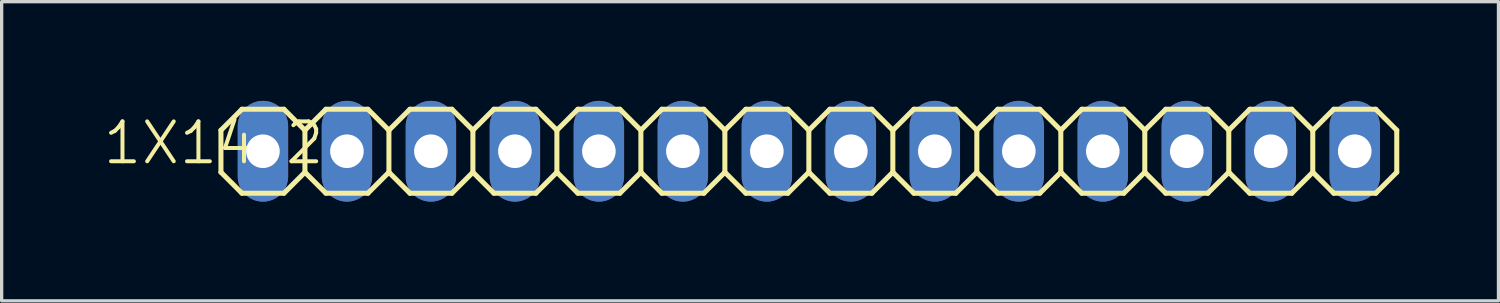
<source format=kicad_pcb>
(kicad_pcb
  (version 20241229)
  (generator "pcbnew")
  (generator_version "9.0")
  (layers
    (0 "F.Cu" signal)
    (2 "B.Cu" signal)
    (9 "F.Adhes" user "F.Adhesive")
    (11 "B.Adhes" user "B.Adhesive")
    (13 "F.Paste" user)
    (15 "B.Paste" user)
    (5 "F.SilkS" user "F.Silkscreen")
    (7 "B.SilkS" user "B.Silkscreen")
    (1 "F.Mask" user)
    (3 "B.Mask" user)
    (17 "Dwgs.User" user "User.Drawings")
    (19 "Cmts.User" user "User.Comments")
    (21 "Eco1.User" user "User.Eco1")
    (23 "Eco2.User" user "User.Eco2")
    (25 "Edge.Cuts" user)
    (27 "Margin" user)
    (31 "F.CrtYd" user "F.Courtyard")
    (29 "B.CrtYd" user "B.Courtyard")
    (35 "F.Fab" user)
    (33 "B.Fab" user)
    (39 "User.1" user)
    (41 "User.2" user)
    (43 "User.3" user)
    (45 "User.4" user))
  (footprint "1X14 2"
    (layer "F.Cu")
    (at 21.412 1.524)
    (property "Reference" "1X14 2" (at -21.412 0.457 0) (layer "F.SilkS") (effects (font (size 1.206 1.206) (thickness 0.121)) (justify left bottom)))
    (attr through_hole)
    (fp_line (start -17.78 -0.635) (end -17.78 0.635) (stroke (width 0.152) (type solid)) (layer "F.SilkS"))
    (fp_line (start -17.78 0.635) (end -17.145 1.27) (stroke (width 0.152) (type solid)) (layer "F.SilkS"))
    (fp_line (start -17.145 -1.27) (end -17.78 -0.635) (stroke (width 0.152) (type solid)) (layer "F.SilkS"))
    (fp_line (start -17.145 -1.27) (end -15.875 -1.27) (stroke (width 0.152) (type solid)) (layer "F.SilkS"))
    (fp_line (start -15.875 -1.27) (end -15.24 -0.635) (stroke (width 0.152) (type solid)) (layer "F.SilkS"))
    (fp_line (start -15.875 1.27) (end -17.145 1.27) (stroke (width 0.152) (type solid)) (layer "F.SilkS"))
    (fp_line (start -15.24 -0.635) (end -15.24 0.635) (stroke (width 0.152) (type solid)) (layer "F.SilkS"))
    (fp_line (start -15.24 -0.635) (end -14.605 -1.27) (stroke (width 0.152) (type solid)) (layer "F.SilkS"))
    (fp_line (start -15.24 0.635) (end -15.875 1.27) (stroke (width 0.152) (type solid)) (layer "F.SilkS"))
    (fp_line (start -14.605 -1.27) (end -13.335 -1.27) (stroke (width 0.152) (type solid)) (layer "F.SilkS"))
    (fp_line (start -14.605 1.27) (end -15.24 0.635) (stroke (width 0.152) (type solid)) (layer "F.SilkS"))
    (fp_line (start -13.335 -1.27) (end -12.7 -0.635) (stroke (width 0.152) (type solid)) (layer "F.SilkS"))
    (fp_line (start -13.335 1.27) (end -14.605 1.27) (stroke (width 0.152) (type solid)) (layer "F.SilkS"))
    (fp_line (start -12.7 -0.635) (end -12.7 0.635) (stroke (width 0.152) (type solid)) (layer "F.SilkS"))
    (fp_line (start -12.7 -0.635) (end -12.065 -1.27) (stroke (width 0.152) (type solid)) (layer "F.SilkS"))
    (fp_line (start -12.7 0.635) (end -13.335 1.27) (stroke (width 0.152) (type solid)) (layer "F.SilkS"))
    (fp_line (start -12.065 -1.27) (end -10.795 -1.27) (stroke (width 0.152) (type solid)) (layer "F.SilkS"))
    (fp_line (start -12.065 1.27) (end -12.7 0.635) (stroke (width 0.152) (type solid)) (layer "F.SilkS"))
    (fp_line (start -10.795 -1.27) (end -10.16 -0.635) (stroke (width 0.152) (type solid)) (layer "F.SilkS"))
    (fp_line (start -10.795 1.27) (end -12.065 1.27) (stroke (width 0.152) (type solid)) (layer "F.SilkS"))
    (fp_line (start -10.16 -0.635) (end -10.16 0.635) (stroke (width 0.152) (type solid)) (layer "F.SilkS"))
    (fp_line (start -10.16 0.635) (end -10.795 1.27) (stroke (width 0.152) (type solid)) (layer "F.SilkS"))
    (fp_line (start -10.16 0.635) (end -9.525 1.27) (stroke (width 0.152) (type solid)) (layer "F.SilkS"))
    (fp_line (start -9.525 -1.27) (end -10.16 -0.635) (stroke (width 0.152) (type solid)) (layer "F.SilkS"))
    (fp_line (start -9.525 -1.27) (end -8.255 -1.27) (stroke (width 0.152) (type solid)) (layer "F.SilkS"))
    (fp_line (start -8.255 -1.27) (end -7.62 -0.635) (stroke (width 0.152) (type solid)) (layer "F.SilkS"))
    (fp_line (start -8.255 1.27) (end -9.525 1.27) (stroke (width 0.152) (type solid)) (layer "F.SilkS"))
    (fp_line (start -7.62 -0.635) (end -7.62 0.635) (stroke (width 0.152) (type solid)) (layer "F.SilkS"))
    (fp_line (start -7.62 -0.635) (end -6.985 -1.27) (stroke (width 0.152) (type solid)) (layer "F.SilkS"))
    (fp_line (start -7.62 0.635) (end -8.255 1.27) (stroke (width 0.152) (type solid)) (layer "F.SilkS"))
    (fp_line (start -6.985 -1.27) (end -5.715 -1.27) (stroke (width 0.152) (type solid)) (layer "F.SilkS"))
    (fp_line (start -6.985 1.27) (end -7.62 0.635) (stroke (width 0.152) (type solid)) (layer "F.SilkS"))
    (fp_line (start -5.715 -1.27) (end -5.08 -0.635) (stroke (width 0.152) (type solid)) (layer "F.SilkS"))
    (fp_line (start -5.715 1.27) (end -6.985 1.27) (stroke (width 0.152) (type solid)) (layer "F.SilkS"))
    (fp_line (start -5.08 -0.635) (end -5.08 0.635) (stroke (width 0.152) (type solid)) (layer "F.SilkS"))
    (fp_line (start -5.08 -0.635) (end -4.445 -1.27) (stroke (width 0.152) (type solid)) (layer "F.SilkS"))
    (fp_line (start -5.08 0.635) (end -5.715 1.27) (stroke (width 0.152) (type solid)) (layer "F.SilkS"))
    (fp_line (start -4.445 -1.27) (end -3.175 -1.27) (stroke (width 0.152) (type solid)) (layer "F.SilkS"))
    (fp_line (start -4.445 1.27) (end -5.08 0.635) (stroke (width 0.152) (type solid)) (layer "F.SilkS"))
    (fp_line (start -3.175 -1.27) (end -2.54 -0.635) (stroke (width 0.152) (type solid)) (layer "F.SilkS"))
    (fp_line (start -3.175 1.27) (end -4.445 1.27) (stroke (width 0.152) (type solid)) (layer "F.SilkS"))
    (fp_line (start -2.54 -0.635) (end -2.54 0.635) (stroke (width 0.152) (type solid)) (layer "F.SilkS"))
    (fp_line (start -2.54 0.635) (end -3.175 1.27) (stroke (width 0.152) (type solid)) (layer "F.SilkS"))
    (fp_line (start -2.54 0.635) (end -1.905 1.27) (stroke (width 0.152) (type solid)) (layer "F.SilkS"))
    (fp_line (start -1.905 -1.27) (end -2.54 -0.635) (stroke (width 0.152) (type solid)) (layer "F.SilkS"))
    (fp_line (start -1.905 -1.27) (end -0.635 -1.27) (stroke (width 0.152) (type solid)) (layer "F.SilkS"))
    (fp_line (start -0.635 -1.27) (end 0 -0.635) (stroke (width 0.152) (type solid)) (layer "F.SilkS"))
    (fp_line (start -0.635 1.27) (end -1.905 1.27) (stroke (width 0.152) (type solid)) (layer "F.SilkS"))
    (fp_line (start 0 -0.635) (end 0 0.635) (stroke (width 0.152) (type solid)) (layer "F.SilkS"))
    (fp_line (start 0 -0.635) (end 0.635 -1.27) (stroke (width 0.152) (type solid)) (layer "F.SilkS"))
    (fp_line (start 0 0.635) (end -0.635 1.27) (stroke (width 0.152) (type solid)) (layer "F.SilkS"))
    (fp_line (start 0.635 -1.27) (end 1.905 -1.27) (stroke (width 0.152) (type solid)) (layer "F.SilkS"))
    (fp_line (start 0.635 1.27) (end 0 0.635) (stroke (width 0.152) (type solid)) (layer "F.SilkS"))
    (fp_line (start 1.905 -1.27) (end 2.54 -0.635) (stroke (width 0.152) (type solid)) (layer "F.SilkS"))
    (fp_line (start 1.905 1.27) (end 0.635 1.27) (stroke (width 0.152) (type solid)) (layer "F.SilkS"))
    (fp_line (start 2.54 -0.635) (end 2.54 0.635) (stroke (width 0.152) (type solid)) (layer "F.SilkS"))
    (fp_line (start 2.54 -0.635) (end 3.175 -1.27) (stroke (width 0.152) (type solid)) (layer "F.SilkS"))
    (fp_line (start 2.54 0.635) (end 1.905 1.27) (stroke (width 0.152) (type solid)) (layer "F.SilkS"))
    (fp_line (start 3.175 -1.27) (end 4.445 -1.27) (stroke (width 0.152) (type solid)) (layer "F.SilkS"))
    (fp_line (start 3.175 1.27) (end 2.54 0.635) (stroke (width 0.152) (type solid)) (layer "F.SilkS"))
    (fp_line (start 4.445 -1.27) (end 5.08 -0.635) (stroke (width 0.152) (type solid)) (layer "F.SilkS"))
    (fp_line (start 4.445 1.27) (end 3.175 1.27) (stroke (width 0.152) (type solid)) (layer "F.SilkS"))
    (fp_line (start 5.08 -0.635) (end 5.08 0.635) (stroke (width 0.152) (type solid)) (layer "F.SilkS"))
    (fp_line (start 5.08 0.635) (end 4.445 1.27) (stroke (width 0.152) (type solid)) (layer "F.SilkS"))
    (fp_line (start 5.08 0.635) (end 5.715 1.27) (stroke (width 0.152) (type solid)) (layer "F.SilkS"))
    (fp_line (start 5.715 -1.27) (end 5.08 -0.635) (stroke (width 0.152) (type solid)) (layer "F.SilkS"))
    (fp_line (start 5.715 -1.27) (end 6.985 -1.27) (stroke (width 0.152) (type solid)) (layer "F.SilkS"))
    (fp_line (start 6.985 -1.27) (end 7.62 -0.635) (stroke (width 0.152) (type solid)) (layer "F.SilkS"))
    (fp_line (start 6.985 1.27) (end 5.715 1.27) (stroke (width 0.152) (type solid)) (layer "F.SilkS"))
    (fp_line (start 7.62 -0.635) (end 7.62 0.635) (stroke (width 0.152) (type solid)) (layer "F.SilkS"))
    (fp_line (start 7.62 -0.635) (end 8.255 -1.27) (stroke (width 0.152) (type solid)) (layer "F.SilkS"))
    (fp_line (start 7.62 0.635) (end 6.985 1.27) (stroke (width 0.152) (type solid)) (layer "F.SilkS"))
    (fp_line (start 8.255 -1.27) (end 9.525 -1.27) (stroke (width 0.152) (type solid)) (layer "F.SilkS"))
    (fp_line (start 8.255 1.27) (end 7.62 0.635) (stroke (width 0.152) (type solid)) (layer "F.SilkS"))
    (fp_line (start 9.525 -1.27) (end 10.16 -0.635) (stroke (width 0.152) (type solid)) (layer "F.SilkS"))
    (fp_line (start 9.525 1.27) (end 8.255 1.27) (stroke (width 0.152) (type solid)) (layer "F.SilkS"))
    (fp_line (start 10.16 -0.635) (end 10.16 0.635) (stroke (width 0.152) (type solid)) (layer "F.SilkS"))
    (fp_line (start 10.16 -0.635) (end 10.795 -1.27) (stroke (width 0.152) (type solid)) (layer "F.SilkS"))
    (fp_line (start 10.16 0.635) (end 9.525 1.27) (stroke (width 0.152) (type solid)) (layer "F.SilkS"))
    (fp_line (start 10.795 -1.27) (end 12.065 -1.27) (stroke (width 0.152) (type solid)) (layer "F.SilkS"))
    (fp_line (start 10.795 1.27) (end 10.16 0.635) (stroke (width 0.152) (type solid)) (layer "F.SilkS"))
    (fp_line (start 12.065 -1.27) (end 12.7 -0.635) (stroke (width 0.152) (type solid)) (layer "F.SilkS"))
    (fp_line (start 12.065 1.27) (end 10.795 1.27) (stroke (width 0.152) (type solid)) (layer "F.SilkS"))
    (fp_line (start 12.7 -0.635) (end 12.7 0.635) (stroke (width 0.152) (type solid)) (layer "F.SilkS"))
    (fp_line (start 12.7 0.635) (end 12.065 1.27) (stroke (width 0.152) (type solid)) (layer "F.SilkS"))
    (fp_line (start 12.7 0.635) (end 13.335 1.27) (stroke (width 0.152) (type solid)) (layer "F.SilkS"))
    (fp_line (start 13.335 -1.27) (end 12.7 -0.635) (stroke (width 0.152) (type solid)) (layer "F.SilkS"))
    (fp_line (start 13.335 -1.27) (end 14.605 -1.27) (stroke (width 0.152) (type solid)) (layer "F.SilkS"))
    (fp_line (start 14.605 -1.27) (end 15.24 -0.635) (stroke (width 0.152) (type solid)) (layer "F.SilkS"))
    (fp_line (start 14.605 1.27) (end 13.335 1.27) (stroke (width 0.152) (type solid)) (layer "F.SilkS"))
    (fp_line (start 15.24 -0.635) (end 15.24 0.635) (stroke (width 0.152) (type solid)) (layer "F.SilkS"))
    (fp_line (start 15.24 -0.635) (end 15.875 -1.27) (stroke (width 0.152) (type solid)) (layer "F.SilkS"))
    (fp_line (start 15.24 0.635) (end 14.605 1.27) (stroke (width 0.152) (type solid)) (layer "F.SilkS"))
    (fp_line (start 15.875 -1.27) (end 17.145 -1.27) (stroke (width 0.152) (type solid)) (layer "F.SilkS"))
    (fp_line (start 15.875 1.27) (end 15.24 0.635) (stroke (width 0.152) (type solid)) (layer "F.SilkS"))
    (fp_line (start 17.145 -1.27) (end 17.78 -0.635) (stroke (width 0.152) (type solid)) (layer "F.SilkS"))
    (fp_line (start 17.145 1.27) (end 15.875 1.27) (stroke (width 0.152) (type solid)) (layer "F.SilkS"))
    (fp_line (start 17.78 -0.635) (end 17.78 0.635) (stroke (width 0.152) (type solid)) (layer "F.SilkS"))
    (fp_line (start 17.78 0.635) (end 17.145 1.27) (stroke (width 0.152) (type solid)) (layer "F.SilkS"))
    (fp_poly (pts (xy -16.764 0.254) (xy -16.256 0.254) (xy -16.256 -0.254) (xy -16.764 -0.254)) (stroke (width 0.1) (type solid)) (fill no) (layer "F.Fab"))
    (fp_poly (pts (xy -14.224 0.254) (xy -13.716 0.254) (xy -13.716 -0.254) (xy -14.224 -0.254)) (stroke (width 0.1) (type solid)) (fill no) (layer "F.Fab"))
    (fp_poly (pts (xy -11.684 0.254) (xy -11.176 0.254) (xy -11.176 -0.254) (xy -11.684 -0.254)) (stroke (width 0.1) (type solid)) (fill no) (layer "F.Fab"))
    (fp_poly (pts (xy -9.144 0.254) (xy -8.636 0.254) (xy -8.636 -0.254) (xy -9.144 -0.254)) (stroke (width 0.1) (type solid)) (fill no) (layer "F.Fab"))
    (fp_poly (pts (xy -6.604 0.254) (xy -6.096 0.254) (xy -6.096 -0.254) (xy -6.604 -0.254)) (stroke (width 0.1) (type solid)) (fill no) (layer "F.Fab"))
    (fp_poly (pts (xy -4.064 0.254) (xy -3.556 0.254) (xy -3.556 -0.254) (xy -4.064 -0.254)) (stroke (width 0.1) (type solid)) (fill no) (layer "F.Fab"))
    (fp_poly (pts (xy -1.524 0.254) (xy -1.016 0.254) (xy -1.016 -0.254) (xy -1.524 -0.254)) (stroke (width 0.1) (type solid)) (fill no) (layer "F.Fab"))
    (fp_poly (pts (xy 1.016 0.254) (xy 1.524 0.254) (xy 1.524 -0.254) (xy 1.016 -0.254)) (stroke (width 0.1) (type solid)) (fill no) (layer "F.Fab"))
    (fp_poly (pts (xy 3.556 0.254) (xy 4.064 0.254) (xy 4.064 -0.254) (xy 3.556 -0.254)) (stroke (width 0.1) (type solid)) (fill no) (layer "F.Fab"))
    (fp_poly (pts (xy 6.096 0.254) (xy 6.604 0.254) (xy 6.604 -0.254) (xy 6.096 -0.254)) (stroke (width 0.1) (type solid)) (fill no) (layer "F.Fab"))
    (fp_poly (pts (xy 8.636 0.254) (xy 9.144 0.254) (xy 9.144 -0.254) (xy 8.636 -0.254)) (stroke (width 0.1) (type solid)) (fill no) (layer "F.Fab"))
    (fp_poly (pts (xy 11.176 0.254) (xy 11.684 0.254) (xy 11.684 -0.254) (xy 11.176 -0.254)) (stroke (width 0.1) (type solid)) (fill no) (layer "F.Fab"))
    (fp_poly (pts (xy 13.716 0.254) (xy 14.224 0.254) (xy 14.224 -0.254) (xy 13.716 -0.254)) (stroke (width 0.1) (type solid)) (fill no) (layer "F.Fab"))
    (fp_poly (pts (xy 16.256 0.254) (xy 16.764 0.254) (xy 16.764 -0.254) (xy 16.256 -0.254)) (stroke (width 0.1) (type solid)) (fill no) (layer "F.Fab"))
    (pad "1" thru_hole oval (at -16.51 0 90) (size 3.048 1.524) (drill 1.016) (layers "*.Cu" "*.Mask"))
    (pad "2" thru_hole oval (at -13.97 0 90) (size 3.048 1.524) (drill 1.016) (layers "*.Cu" "*.Mask"))
    (pad "3" thru_hole oval (at -11.43 0 90) (size 3.048 1.524) (drill 1.016) (layers "*.Cu" "*.Mask"))
    (pad "4" thru_hole oval (at -8.89 0 90) (size 3.048 1.524) (drill 1.016) (layers "*.Cu" "*.Mask"))
    (pad "5" thru_hole oval (at -6.35 0 90) (size 3.048 1.524) (drill 1.016) (layers "*.Cu" "*.Mask"))
    (pad "6" thru_hole oval (at -3.81 0 90) (size 3.048 1.524) (drill 1.016) (layers "*.Cu" "*.Mask"))
    (pad "7" thru_hole oval (at -1.27 0 90) (size 3.048 1.524) (drill 1.016) (layers "*.Cu" "*.Mask"))
    (pad "8" thru_hole oval (at 1.27 0 90) (size 3.048 1.524) (drill 1.016) (layers "*.Cu" "*.Mask"))
    (pad "9" thru_hole oval (at 3.81 0 90) (size 3.048 1.524) (drill 1.016) (layers "*.Cu" "*.Mask"))
    (pad "10" thru_hole oval (at 6.35 0 90) (size 3.048 1.524) (drill 1.016) (layers "*.Cu" "*.Mask"))
    (pad "11" thru_hole oval (at 8.89 0 90) (size 3.048 1.524) (drill 1.016) (layers "*.Cu" "*.Mask"))
    (pad "12" thru_hole oval (at 11.43 0 90) (size 3.048 1.524) (drill 1.016) (layers "*.Cu" "*.Mask"))
    (pad "13" thru_hole oval (at 13.97 0 90) (size 3.048 1.524) (drill 1.016) (layers "*.Cu" "*.Mask"))
    (pad "14" thru_hole oval (at 16.51 0 90) (size 3.048 1.524) (drill 1.016) (layers "*.Cu" "*.Mask")))
  (gr_rect
    (start -3 -3)
    (end 42.268 6.048)
    (stroke (width 0.1) (type default))
    (fill no)
    (layer "Edge.Cuts")))
</source>
